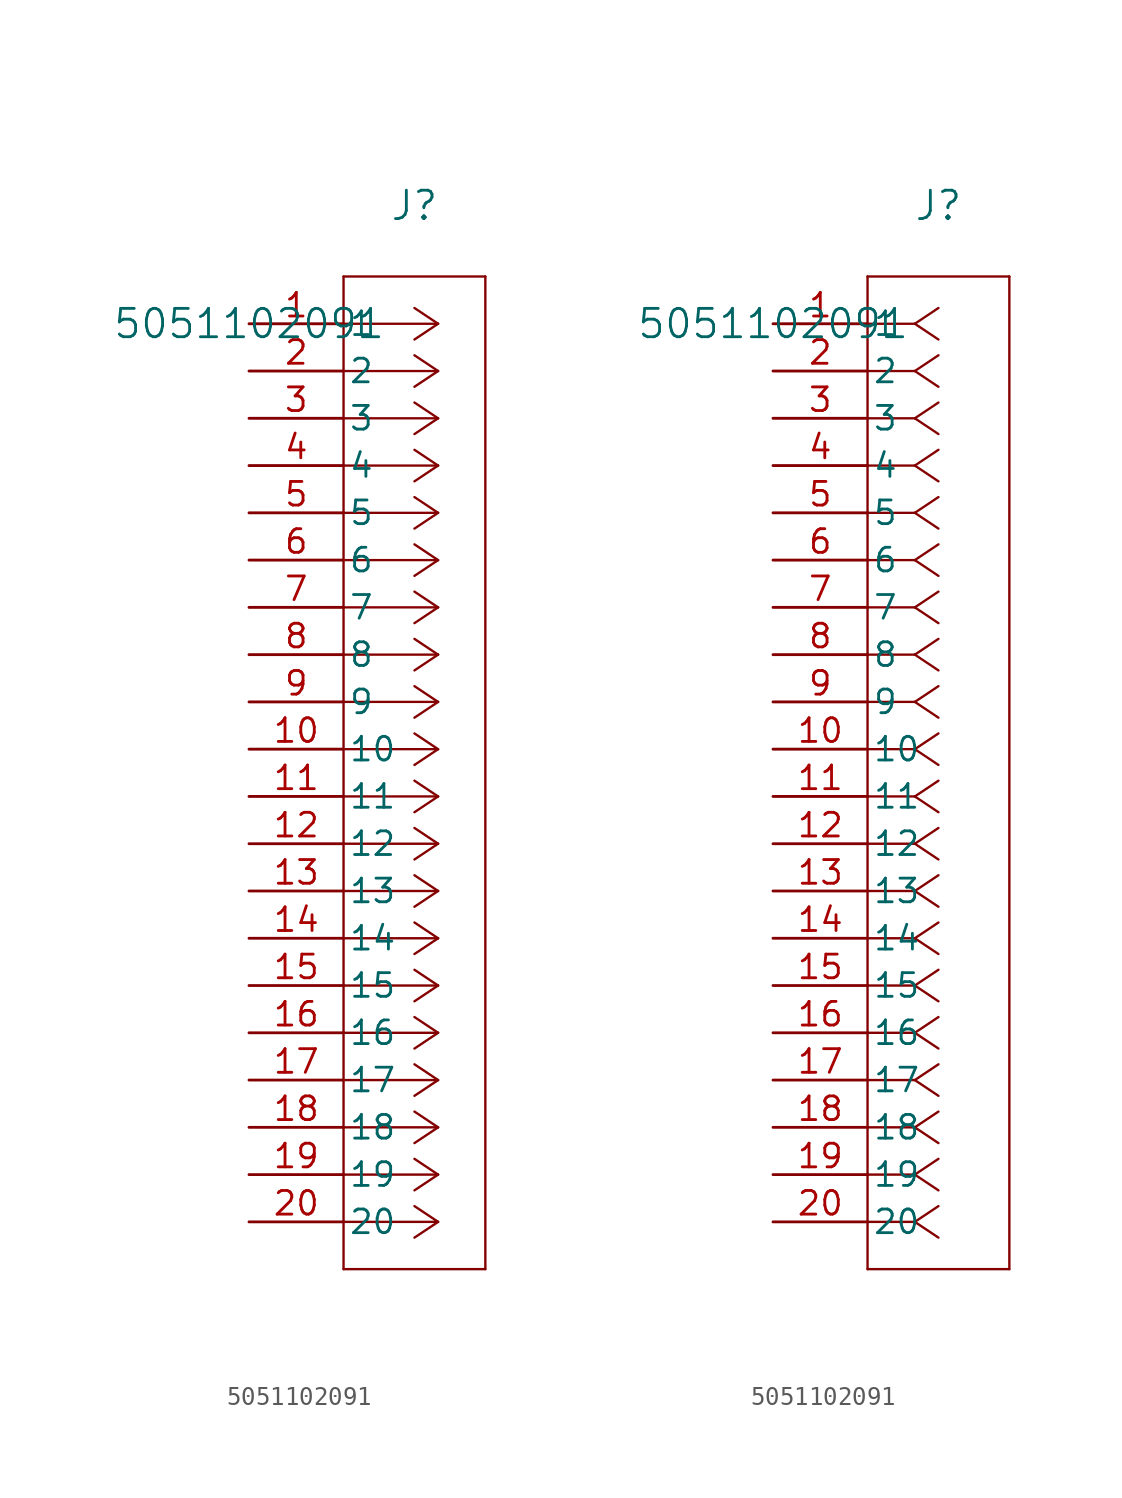
<source format=kicad_sym>
(kicad_symbol_lib
  (version 20211014)
  (generator kicad_symbol_editor)
  (symbol "5051102091"
    (pin_names
      (offset 0.254))
    (property "Reference" "J"
      (at 8.89 6.35 0)
      (effects (font (size 1.524 1.524))))
    (property "Value" "5051102091"
      (at 0 0 0)
      (effects (font (size 1.524 1.524))))
    (symbol "5051102091_1_1"
      (polyline (pts (xy 10.16 0) (xy 5.08 0)) (stroke (width 0.127) (type default) (color 0 0 0 0)) (fill (type none)))
      (polyline (pts (xy 10.16 -2.54) (xy 5.08 -2.54)) (stroke (width 0.127) (type default) (color 0 0 0 0)) (fill (type none)))
      (polyline (pts (xy 10.16 -5.08) (xy 5.08 -5.08)) (stroke (width 0.127) (type default) (color 0 0 0 0)) (fill (type none)))
      (polyline (pts (xy 10.16 -7.62) (xy 5.08 -7.62)) (stroke (width 0.127) (type default) (color 0 0 0 0)) (fill (type none)))
      (polyline (pts (xy 10.16 -10.16) (xy 5.08 -10.16)) (stroke (width 0.127) (type default) (color 0 0 0 0)) (fill (type none)))
      (polyline (pts (xy 10.16 -12.7) (xy 5.08 -12.7)) (stroke (width 0.127) (type default) (color 0 0 0 0)) (fill (type none)))
      (polyline (pts (xy 10.16 -15.24) (xy 5.08 -15.24)) (stroke (width 0.127) (type default) (color 0 0 0 0)) (fill (type none)))
      (polyline (pts (xy 10.16 -17.78) (xy 5.08 -17.78)) (stroke (width 0.127) (type default) (color 0 0 0 0)) (fill (type none)))
      (polyline (pts (xy 10.16 -20.32) (xy 5.08 -20.32)) (stroke (width 0.127) (type default) (color 0 0 0 0)) (fill (type none)))
      (polyline (pts (xy 10.16 -22.86) (xy 5.08 -22.86)) (stroke (width 0.127) (type default) (color 0 0 0 0)) (fill (type none)))
      (polyline (pts (xy 10.16 -25.4) (xy 5.08 -25.4)) (stroke (width 0.127) (type default) (color 0 0 0 0)) (fill (type none)))
      (polyline (pts (xy 10.16 -27.94) (xy 5.08 -27.94)) (stroke (width 0.127) (type default) (color 0 0 0 0)) (fill (type none)))
      (polyline (pts (xy 10.16 -30.48) (xy 5.08 -30.48)) (stroke (width 0.127) (type default) (color 0 0 0 0)) (fill (type none)))
      (polyline (pts (xy 10.16 -33.02) (xy 5.08 -33.02)) (stroke (width 0.127) (type default) (color 0 0 0 0)) (fill (type none)))
      (polyline (pts (xy 10.16 -35.56) (xy 5.08 -35.56)) (stroke (width 0.127) (type default) (color 0 0 0 0)) (fill (type none)))
      (polyline (pts (xy 10.16 -38.1) (xy 5.08 -38.1)) (stroke (width 0.127) (type default) (color 0 0 0 0)) (fill (type none)))
      (polyline (pts (xy 10.16 -40.64) (xy 5.08 -40.64)) (stroke (width 0.127) (type default) (color 0 0 0 0)) (fill (type none)))
      (polyline (pts (xy 10.16 -43.18) (xy 5.08 -43.18)) (stroke (width 0.127) (type default) (color 0 0 0 0)) (fill (type none)))
      (polyline (pts (xy 10.16 -45.72) (xy 5.08 -45.72)) (stroke (width 0.127) (type default) (color 0 0 0 0)) (fill (type none)))
      (polyline (pts (xy 10.16 -48.26) (xy 5.08 -48.26)) (stroke (width 0.127) (type default) (color 0 0 0 0)) (fill (type none)))
      (polyline (pts (xy 10.16 0) (xy 8.89 0.847)) (stroke (width 0.127) (type default) (color 0 0 0 0)) (fill (type none)))
      (polyline (pts (xy 10.16 -2.54) (xy 8.89 -1.693)) (stroke (width 0.127) (type default) (color 0 0 0 0)) (fill (type none)))
      (polyline (pts (xy 10.16 -5.08) (xy 8.89 -4.233)) (stroke (width 0.127) (type default) (color 0 0 0 0)) (fill (type none)))
      (polyline (pts (xy 10.16 -7.62) (xy 8.89 -6.773)) (stroke (width 0.127) (type default) (color 0 0 0 0)) (fill (type none)))
      (polyline (pts (xy 10.16 -10.16) (xy 8.89 -9.313)) (stroke (width 0.127) (type default) (color 0 0 0 0)) (fill (type none)))
      (polyline (pts (xy 10.16 -12.7) (xy 8.89 -11.853)) (stroke (width 0.127) (type default) (color 0 0 0 0)) (fill (type none)))
      (polyline (pts (xy 10.16 -15.24) (xy 8.89 -14.393)) (stroke (width 0.127) (type default) (color 0 0 0 0)) (fill (type none)))
      (polyline (pts (xy 10.16 -17.78) (xy 8.89 -16.933)) (stroke (width 0.127) (type default) (color 0 0 0 0)) (fill (type none)))
      (polyline (pts (xy 10.16 -20.32) (xy 8.89 -19.473)) (stroke (width 0.127) (type default) (color 0 0 0 0)) (fill (type none)))
      (polyline (pts (xy 10.16 -22.86) (xy 8.89 -22.013)) (stroke (width 0.127) (type default) (color 0 0 0 0)) (fill (type none)))
      (polyline (pts (xy 10.16 -25.4) (xy 8.89 -24.553)) (stroke (width 0.127) (type default) (color 0 0 0 0)) (fill (type none)))
      (polyline (pts (xy 10.16 -27.94) (xy 8.89 -27.093)) (stroke (width 0.127) (type default) (color 0 0 0 0)) (fill (type none)))
      (polyline (pts (xy 10.16 -30.48) (xy 8.89 -29.633)) (stroke (width 0.127) (type default) (color 0 0 0 0)) (fill (type none)))
      (polyline (pts (xy 10.16 -33.02) (xy 8.89 -32.173)) (stroke (width 0.127) (type default) (color 0 0 0 0)) (fill (type none)))
      (polyline (pts (xy 10.16 -35.56) (xy 8.89 -34.713)) (stroke (width 0.127) (type default) (color 0 0 0 0)) (fill (type none)))
      (polyline (pts (xy 10.16 -38.1) (xy 8.89 -37.253)) (stroke (width 0.127) (type default) (color 0 0 0 0)) (fill (type none)))
      (polyline (pts (xy 10.16 -40.64) (xy 8.89 -39.793)) (stroke (width 0.127) (type default) (color 0 0 0 0)) (fill (type none)))
      (polyline (pts (xy 10.16 -43.18) (xy 8.89 -42.333)) (stroke (width 0.127) (type default) (color 0 0 0 0)) (fill (type none)))
      (polyline (pts (xy 10.16 -45.72) (xy 8.89 -44.873)) (stroke (width 0.127) (type default) (color 0 0 0 0)) (fill (type none)))
      (polyline (pts (xy 10.16 -48.26) (xy 8.89 -47.413)) (stroke (width 0.127) (type default) (color 0 0 0 0)) (fill (type none)))
      (polyline (pts (xy 10.16 0) (xy 8.89 -0.847)) (stroke (width 0.127) (type default) (color 0 0 0 0)) (fill (type none)))
      (polyline (pts (xy 10.16 -2.54) (xy 8.89 -3.387)) (stroke (width 0.127) (type default) (color 0 0 0 0)) (fill (type none)))
      (polyline (pts (xy 10.16 -5.08) (xy 8.89 -5.927)) (stroke (width 0.127) (type default) (color 0 0 0 0)) (fill (type none)))
      (polyline (pts (xy 10.16 -7.62) (xy 8.89 -8.467)) (stroke (width 0.127) (type default) (color 0 0 0 0)) (fill (type none)))
      (polyline (pts (xy 10.16 -10.16) (xy 8.89 -11.007)) (stroke (width 0.127) (type default) (color 0 0 0 0)) (fill (type none)))
      (polyline (pts (xy 10.16 -12.7) (xy 8.89 -13.547)) (stroke (width 0.127) (type default) (color 0 0 0 0)) (fill (type none)))
      (polyline (pts (xy 10.16 -15.24) (xy 8.89 -16.087)) (stroke (width 0.127) (type default) (color 0 0 0 0)) (fill (type none)))
      (polyline (pts (xy 10.16 -17.78) (xy 8.89 -18.627)) (stroke (width 0.127) (type default) (color 0 0 0 0)) (fill (type none)))
      (polyline (pts (xy 10.16 -20.32) (xy 8.89 -21.167)) (stroke (width 0.127) (type default) (color 0 0 0 0)) (fill (type none)))
      (polyline (pts (xy 10.16 -22.86) (xy 8.89 -23.707)) (stroke (width 0.127) (type default) (color 0 0 0 0)) (fill (type none)))
      (polyline (pts (xy 10.16 -25.4) (xy 8.89 -26.247)) (stroke (width 0.127) (type default) (color 0 0 0 0)) (fill (type none)))
      (polyline (pts (xy 10.16 -27.94) (xy 8.89 -28.787)) (stroke (width 0.127) (type default) (color 0 0 0 0)) (fill (type none)))
      (polyline (pts (xy 10.16 -30.48) (xy 8.89 -31.327)) (stroke (width 0.127) (type default) (color 0 0 0 0)) (fill (type none)))
      (polyline (pts (xy 10.16 -33.02) (xy 8.89 -33.867)) (stroke (width 0.127) (type default) (color 0 0 0 0)) (fill (type none)))
      (polyline (pts (xy 10.16 -35.56) (xy 8.89 -36.407)) (stroke (width 0.127) (type default) (color 0 0 0 0)) (fill (type none)))
      (polyline (pts (xy 10.16 -38.1) (xy 8.89 -38.947)) (stroke (width 0.127) (type default) (color 0 0 0 0)) (fill (type none)))
      (polyline (pts (xy 10.16 -40.64) (xy 8.89 -41.487)) (stroke (width 0.127) (type default) (color 0 0 0 0)) (fill (type none)))
      (polyline (pts (xy 10.16 -43.18) (xy 8.89 -44.027)) (stroke (width 0.127) (type default) (color 0 0 0 0)) (fill (type none)))
      (polyline (pts (xy 10.16 -45.72) (xy 8.89 -46.567)) (stroke (width 0.127) (type default) (color 0 0 0 0)) (fill (type none)))
      (polyline (pts (xy 10.16 -48.26) (xy 8.89 -49.107)) (stroke (width 0.127) (type default) (color 0 0 0 0)) (fill (type none)))
      (polyline (pts (xy 5.08 2.54) (xy 5.08 -50.8)) (stroke (width 0.127) (type default) (color 0 0 0 0)) (fill (type none)))
      (polyline (pts (xy 5.08 -50.8) (xy 12.7 -50.8)) (stroke (width 0.127) (type default) (color 0 0 0 0)) (fill (type none)))
      (polyline (pts (xy 12.7 -50.8) (xy 12.7 2.54)) (stroke (width 0.127) (type default) (color 0 0 0 0)) (fill (type none)))
      (polyline (pts (xy 12.7 2.54) (xy 5.08 2.54)) (stroke (width 0.127) (type default) (color 0 0 0 0)) (fill (type none)))
      (pin unspecified line (at 0 0 0) (length 5.08) (name "1" (effects (font (size 1.27 1.27)))) (number "1" (effects (font (size 1.27 1.27)))))
      (pin unspecified line (at 0 -2.54 0) (length 5.08) (name "2" (effects (font (size 1.27 1.27)))) (number "2" (effects (font (size 1.27 1.27)))))
      (pin unspecified line (at 0 -5.08 0) (length 5.08) (name "3" (effects (font (size 1.27 1.27)))) (number "3" (effects (font (size 1.27 1.27)))))
      (pin unspecified line (at 0 -7.62 0) (length 5.08) (name "4" (effects (font (size 1.27 1.27)))) (number "4" (effects (font (size 1.27 1.27)))))
      (pin unspecified line (at 0 -10.16 0) (length 5.08) (name "5" (effects (font (size 1.27 1.27)))) (number "5" (effects (font (size 1.27 1.27)))))
      (pin unspecified line (at 0 -12.7 0) (length 5.08) (name "6" (effects (font (size 1.27 1.27)))) (number "6" (effects (font (size 1.27 1.27)))))
      (pin unspecified line (at 0 -15.24 0) (length 5.08) (name "7" (effects (font (size 1.27 1.27)))) (number "7" (effects (font (size 1.27 1.27)))))
      (pin unspecified line (at 0 -17.78 0) (length 5.08) (name "8" (effects (font (size 1.27 1.27)))) (number "8" (effects (font (size 1.27 1.27)))))
      (pin unspecified line (at 0 -20.32 0) (length 5.08) (name "9" (effects (font (size 1.27 1.27)))) (number "9" (effects (font (size 1.27 1.27)))))
      (pin unspecified line (at 0 -22.86 0) (length 5.08) (name "10" (effects (font (size 1.27 1.27)))) (number "10" (effects (font (size 1.27 1.27)))))
      (pin unspecified line (at 0 -25.4 0) (length 5.08) (name "11" (effects (font (size 1.27 1.27)))) (number "11" (effects (font (size 1.27 1.27)))))
      (pin unspecified line (at 0 -27.94 0) (length 5.08) (name "12" (effects (font (size 1.27 1.27)))) (number "12" (effects (font (size 1.27 1.27)))))
      (pin unspecified line (at 0 -30.48 0) (length 5.08) (name "13" (effects (font (size 1.27 1.27)))) (number "13" (effects (font (size 1.27 1.27)))))
      (pin unspecified line (at 0 -33.02 0) (length 5.08) (name "14" (effects (font (size 1.27 1.27)))) (number "14" (effects (font (size 1.27 1.27)))))
      (pin unspecified line (at 0 -35.56 0) (length 5.08) (name "15" (effects (font (size 1.27 1.27)))) (number "15" (effects (font (size 1.27 1.27)))))
      (pin unspecified line (at 0 -38.1 0) (length 5.08) (name "16" (effects (font (size 1.27 1.27)))) (number "16" (effects (font (size 1.27 1.27)))))
      (pin unspecified line (at 0 -40.64 0) (length 5.08) (name "17" (effects (font (size 1.27 1.27)))) (number "17" (effects (font (size 1.27 1.27)))))
      (pin unspecified line (at 0 -43.18 0) (length 5.08) (name "18" (effects (font (size 1.27 1.27)))) (number "18" (effects (font (size 1.27 1.27)))))
      (pin unspecified line (at 0 -45.72 0) (length 5.08) (name "19" (effects (font (size 1.27 1.27)))) (number "19" (effects (font (size 1.27 1.27)))))
      (pin unspecified line (at 0 -48.26 0) (length 5.08) (name "20" (effects (font (size 1.27 1.27)))) (number "20" (effects (font (size 1.27 1.27))))))
    (symbol "5051102091_1_2"
      (polyline (pts (xy 7.62 0) (xy 5.08 0)) (stroke (width 0.127) (type default) (color 0 0 0 0)) (fill (type none)))
      (polyline (pts (xy 7.62 -2.54) (xy 5.08 -2.54)) (stroke (width 0.127) (type default) (color 0 0 0 0)) (fill (type none)))
      (polyline (pts (xy 7.62 -5.08) (xy 5.08 -5.08)) (stroke (width 0.127) (type default) (color 0 0 0 0)) (fill (type none)))
      (polyline (pts (xy 7.62 -7.62) (xy 5.08 -7.62)) (stroke (width 0.127) (type default) (color 0 0 0 0)) (fill (type none)))
      (polyline (pts (xy 7.62 -10.16) (xy 5.08 -10.16)) (stroke (width 0.127) (type default) (color 0 0 0 0)) (fill (type none)))
      (polyline (pts (xy 7.62 -12.7) (xy 5.08 -12.7)) (stroke (width 0.127) (type default) (color 0 0 0 0)) (fill (type none)))
      (polyline (pts (xy 7.62 -15.24) (xy 5.08 -15.24)) (stroke (width 0.127) (type default) (color 0 0 0 0)) (fill (type none)))
      (polyline (pts (xy 7.62 -17.78) (xy 5.08 -17.78)) (stroke (width 0.127) (type default) (color 0 0 0 0)) (fill (type none)))
      (polyline (pts (xy 7.62 -20.32) (xy 5.08 -20.32)) (stroke (width 0.127) (type default) (color 0 0 0 0)) (fill (type none)))
      (polyline (pts (xy 7.62 -22.86) (xy 5.08 -22.86)) (stroke (width 0.127) (type default) (color 0 0 0 0)) (fill (type none)))
      (polyline (pts (xy 7.62 -25.4) (xy 5.08 -25.4)) (stroke (width 0.127) (type default) (color 0 0 0 0)) (fill (type none)))
      (polyline (pts (xy 7.62 -27.94) (xy 5.08 -27.94)) (stroke (width 0.127) (type default) (color 0 0 0 0)) (fill (type none)))
      (polyline (pts (xy 7.62 -30.48) (xy 5.08 -30.48)) (stroke (width 0.127) (type default) (color 0 0 0 0)) (fill (type none)))
      (polyline (pts (xy 7.62 -33.02) (xy 5.08 -33.02)) (stroke (width 0.127) (type default) (color 0 0 0 0)) (fill (type none)))
      (polyline (pts (xy 7.62 -35.56) (xy 5.08 -35.56)) (stroke (width 0.127) (type default) (color 0 0 0 0)) (fill (type none)))
      (polyline (pts (xy 7.62 -38.1) (xy 5.08 -38.1)) (stroke (width 0.127) (type default) (color 0 0 0 0)) (fill (type none)))
      (polyline (pts (xy 7.62 -40.64) (xy 5.08 -40.64)) (stroke (width 0.127) (type default) (color 0 0 0 0)) (fill (type none)))
      (polyline (pts (xy 7.62 -43.18) (xy 5.08 -43.18)) (stroke (width 0.127) (type default) (color 0 0 0 0)) (fill (type none)))
      (polyline (pts (xy 7.62 -45.72) (xy 5.08 -45.72)) (stroke (width 0.127) (type default) (color 0 0 0 0)) (fill (type none)))
      (polyline (pts (xy 7.62 -48.26) (xy 5.08 -48.26)) (stroke (width 0.127) (type default) (color 0 0 0 0)) (fill (type none)))
      (polyline (pts (xy 7.62 0) (xy 8.89 0.847)) (stroke (width 0.127) (type default) (color 0 0 0 0)) (fill (type none)))
      (polyline (pts (xy 7.62 -2.54) (xy 8.89 -1.693)) (stroke (width 0.127) (type default) (color 0 0 0 0)) (fill (type none)))
      (polyline (pts (xy 7.62 -5.08) (xy 8.89 -4.233)) (stroke (width 0.127) (type default) (color 0 0 0 0)) (fill (type none)))
      (polyline (pts (xy 7.62 -7.62) (xy 8.89 -6.773)) (stroke (width 0.127) (type default) (color 0 0 0 0)) (fill (type none)))
      (polyline (pts (xy 7.62 -10.16) (xy 8.89 -9.313)) (stroke (width 0.127) (type default) (color 0 0 0 0)) (fill (type none)))
      (polyline (pts (xy 7.62 -12.7) (xy 8.89 -11.853)) (stroke (width 0.127) (type default) (color 0 0 0 0)) (fill (type none)))
      (polyline (pts (xy 7.62 -15.24) (xy 8.89 -14.393)) (stroke (width 0.127) (type default) (color 0 0 0 0)) (fill (type none)))
      (polyline (pts (xy 7.62 -17.78) (xy 8.89 -16.933)) (stroke (width 0.127) (type default) (color 0 0 0 0)) (fill (type none)))
      (polyline (pts (xy 7.62 -20.32) (xy 8.89 -19.473)) (stroke (width 0.127) (type default) (color 0 0 0 0)) (fill (type none)))
      (polyline (pts (xy 7.62 -22.86) (xy 8.89 -22.013)) (stroke (width 0.127) (type default) (color 0 0 0 0)) (fill (type none)))
      (polyline (pts (xy 7.62 -25.4) (xy 8.89 -24.553)) (stroke (width 0.127) (type default) (color 0 0 0 0)) (fill (type none)))
      (polyline (pts (xy 7.62 -27.94) (xy 8.89 -27.093)) (stroke (width 0.127) (type default) (color 0 0 0 0)) (fill (type none)))
      (polyline (pts (xy 7.62 -30.48) (xy 8.89 -29.633)) (stroke (width 0.127) (type default) (color 0 0 0 0)) (fill (type none)))
      (polyline (pts (xy 7.62 -33.02) (xy 8.89 -32.173)) (stroke (width 0.127) (type default) (color 0 0 0 0)) (fill (type none)))
      (polyline (pts (xy 7.62 -35.56) (xy 8.89 -34.713)) (stroke (width 0.127) (type default) (color 0 0 0 0)) (fill (type none)))
      (polyline (pts (xy 7.62 -38.1) (xy 8.89 -37.253)) (stroke (width 0.127) (type default) (color 0 0 0 0)) (fill (type none)))
      (polyline (pts (xy 7.62 -40.64) (xy 8.89 -39.793)) (stroke (width 0.127) (type default) (color 0 0 0 0)) (fill (type none)))
      (polyline (pts (xy 7.62 -43.18) (xy 8.89 -42.333)) (stroke (width 0.127) (type default) (color 0 0 0 0)) (fill (type none)))
      (polyline (pts (xy 7.62 -45.72) (xy 8.89 -44.873)) (stroke (width 0.127) (type default) (color 0 0 0 0)) (fill (type none)))
      (polyline (pts (xy 7.62 -48.26) (xy 8.89 -47.413)) (stroke (width 0.127) (type default) (color 0 0 0 0)) (fill (type none)))
      (polyline (pts (xy 7.62 0) (xy 8.89 -0.847)) (stroke (width 0.127) (type default) (color 0 0 0 0)) (fill (type none)))
      (polyline (pts (xy 7.62 -2.54) (xy 8.89 -3.387)) (stroke (width 0.127) (type default) (color 0 0 0 0)) (fill (type none)))
      (polyline (pts (xy 7.62 -5.08) (xy 8.89 -5.927)) (stroke (width 0.127) (type default) (color 0 0 0 0)) (fill (type none)))
      (polyline (pts (xy 7.62 -7.62) (xy 8.89 -8.467)) (stroke (width 0.127) (type default) (color 0 0 0 0)) (fill (type none)))
      (polyline (pts (xy 7.62 -10.16) (xy 8.89 -11.007)) (stroke (width 0.127) (type default) (color 0 0 0 0)) (fill (type none)))
      (polyline (pts (xy 7.62 -12.7) (xy 8.89 -13.547)) (stroke (width 0.127) (type default) (color 0 0 0 0)) (fill (type none)))
      (polyline (pts (xy 7.62 -15.24) (xy 8.89 -16.087)) (stroke (width 0.127) (type default) (color 0 0 0 0)) (fill (type none)))
      (polyline (pts (xy 7.62 -17.78) (xy 8.89 -18.627)) (stroke (width 0.127) (type default) (color 0 0 0 0)) (fill (type none)))
      (polyline (pts (xy 7.62 -20.32) (xy 8.89 -21.167)) (stroke (width 0.127) (type default) (color 0 0 0 0)) (fill (type none)))
      (polyline (pts (xy 7.62 -22.86) (xy 8.89 -23.707)) (stroke (width 0.127) (type default) (color 0 0 0 0)) (fill (type none)))
      (polyline (pts (xy 7.62 -25.4) (xy 8.89 -26.247)) (stroke (width 0.127) (type default) (color 0 0 0 0)) (fill (type none)))
      (polyline (pts (xy 7.62 -27.94) (xy 8.89 -28.787)) (stroke (width 0.127) (type default) (color 0 0 0 0)) (fill (type none)))
      (polyline (pts (xy 7.62 -30.48) (xy 8.89 -31.327)) (stroke (width 0.127) (type default) (color 0 0 0 0)) (fill (type none)))
      (polyline (pts (xy 7.62 -33.02) (xy 8.89 -33.867)) (stroke (width 0.127) (type default) (color 0 0 0 0)) (fill (type none)))
      (polyline (pts (xy 7.62 -35.56) (xy 8.89 -36.407)) (stroke (width 0.127) (type default) (color 0 0 0 0)) (fill (type none)))
      (polyline (pts (xy 7.62 -38.1) (xy 8.89 -38.947)) (stroke (width 0.127) (type default) (color 0 0 0 0)) (fill (type none)))
      (polyline (pts (xy 7.62 -40.64) (xy 8.89 -41.487)) (stroke (width 0.127) (type default) (color 0 0 0 0)) (fill (type none)))
      (polyline (pts (xy 7.62 -43.18) (xy 8.89 -44.027)) (stroke (width 0.127) (type default) (color 0 0 0 0)) (fill (type none)))
      (polyline (pts (xy 7.62 -45.72) (xy 8.89 -46.567)) (stroke (width 0.127) (type default) (color 0 0 0 0)) (fill (type none)))
      (polyline (pts (xy 7.62 -48.26) (xy 8.89 -49.107)) (stroke (width 0.127) (type default) (color 0 0 0 0)) (fill (type none)))
      (polyline (pts (xy 5.08 2.54) (xy 5.08 -50.8)) (stroke (width 0.127) (type default) (color 0 0 0 0)) (fill (type none)))
      (polyline (pts (xy 5.08 -50.8) (xy 12.7 -50.8)) (stroke (width 0.127) (type default) (color 0 0 0 0)) (fill (type none)))
      (polyline (pts (xy 12.7 -50.8) (xy 12.7 2.54)) (stroke (width 0.127) (type default) (color 0 0 0 0)) (fill (type none)))
      (polyline (pts (xy 12.7 2.54) (xy 5.08 2.54)) (stroke (width 0.127) (type default) (color 0 0 0 0)) (fill (type none)))
      (pin unspecified line (at 0 0 0) (length 5.08) (name "1" (effects (font (size 1.27 1.27)))) (number "1" (effects (font (size 1.27 1.27)))))
      (pin unspecified line (at 0 -2.54 0) (length 5.08) (name "2" (effects (font (size 1.27 1.27)))) (number "2" (effects (font (size 1.27 1.27)))))
      (pin unspecified line (at 0 -5.08 0) (length 5.08) (name "3" (effects (font (size 1.27 1.27)))) (number "3" (effects (font (size 1.27 1.27)))))
      (pin unspecified line (at 0 -7.62 0) (length 5.08) (name "4" (effects (font (size 1.27 1.27)))) (number "4" (effects (font (size 1.27 1.27)))))
      (pin unspecified line (at 0 -10.16 0) (length 5.08) (name "5" (effects (font (size 1.27 1.27)))) (number "5" (effects (font (size 1.27 1.27)))))
      (pin unspecified line (at 0 -12.7 0) (length 5.08) (name "6" (effects (font (size 1.27 1.27)))) (number "6" (effects (font (size 1.27 1.27)))))
      (pin unspecified line (at 0 -15.24 0) (length 5.08) (name "7" (effects (font (size 1.27 1.27)))) (number "7" (effects (font (size 1.27 1.27)))))
      (pin unspecified line (at 0 -17.78 0) (length 5.08) (name "8" (effects (font (size 1.27 1.27)))) (number "8" (effects (font (size 1.27 1.27)))))
      (pin unspecified line (at 0 -20.32 0) (length 5.08) (name "9" (effects (font (size 1.27 1.27)))) (number "9" (effects (font (size 1.27 1.27)))))
      (pin unspecified line (at 0 -22.86 0) (length 5.08) (name "10" (effects (font (size 1.27 1.27)))) (number "10" (effects (font (size 1.27 1.27)))))
      (pin unspecified line (at 0 -25.4 0) (length 5.08) (name "11" (effects (font (size 1.27 1.27)))) (number "11" (effects (font (size 1.27 1.27)))))
      (pin unspecified line (at 0 -27.94 0) (length 5.08) (name "12" (effects (font (size 1.27 1.27)))) (number "12" (effects (font (size 1.27 1.27)))))
      (pin unspecified line (at 0 -30.48 0) (length 5.08) (name "13" (effects (font (size 1.27 1.27)))) (number "13" (effects (font (size 1.27 1.27)))))
      (pin unspecified line (at 0 -33.02 0) (length 5.08) (name "14" (effects (font (size 1.27 1.27)))) (number "14" (effects (font (size 1.27 1.27)))))
      (pin unspecified line (at 0 -35.56 0) (length 5.08) (name "15" (effects (font (size 1.27 1.27)))) (number "15" (effects (font (size 1.27 1.27)))))
      (pin unspecified line (at 0 -38.1 0) (length 5.08) (name "16" (effects (font (size 1.27 1.27)))) (number "16" (effects (font (size 1.27 1.27)))))
      (pin unspecified line (at 0 -40.64 0) (length 5.08) (name "17" (effects (font (size 1.27 1.27)))) (number "17" (effects (font (size 1.27 1.27)))))
      (pin unspecified line (at 0 -43.18 0) (length 5.08) (name "18" (effects (font (size 1.27 1.27)))) (number "18" (effects (font (size 1.27 1.27)))))
      (pin unspecified line (at 0 -45.72 0) (length 5.08) (name "19" (effects (font (size 1.27 1.27)))) (number "19" (effects (font (size 1.27 1.27)))))
      (pin unspecified line (at 0 -48.26 0) (length 5.08) (name "20" (effects (font (size 1.27 1.27)))) (number "20" (effects (font (size 1.27 1.27))))))))
</source>
